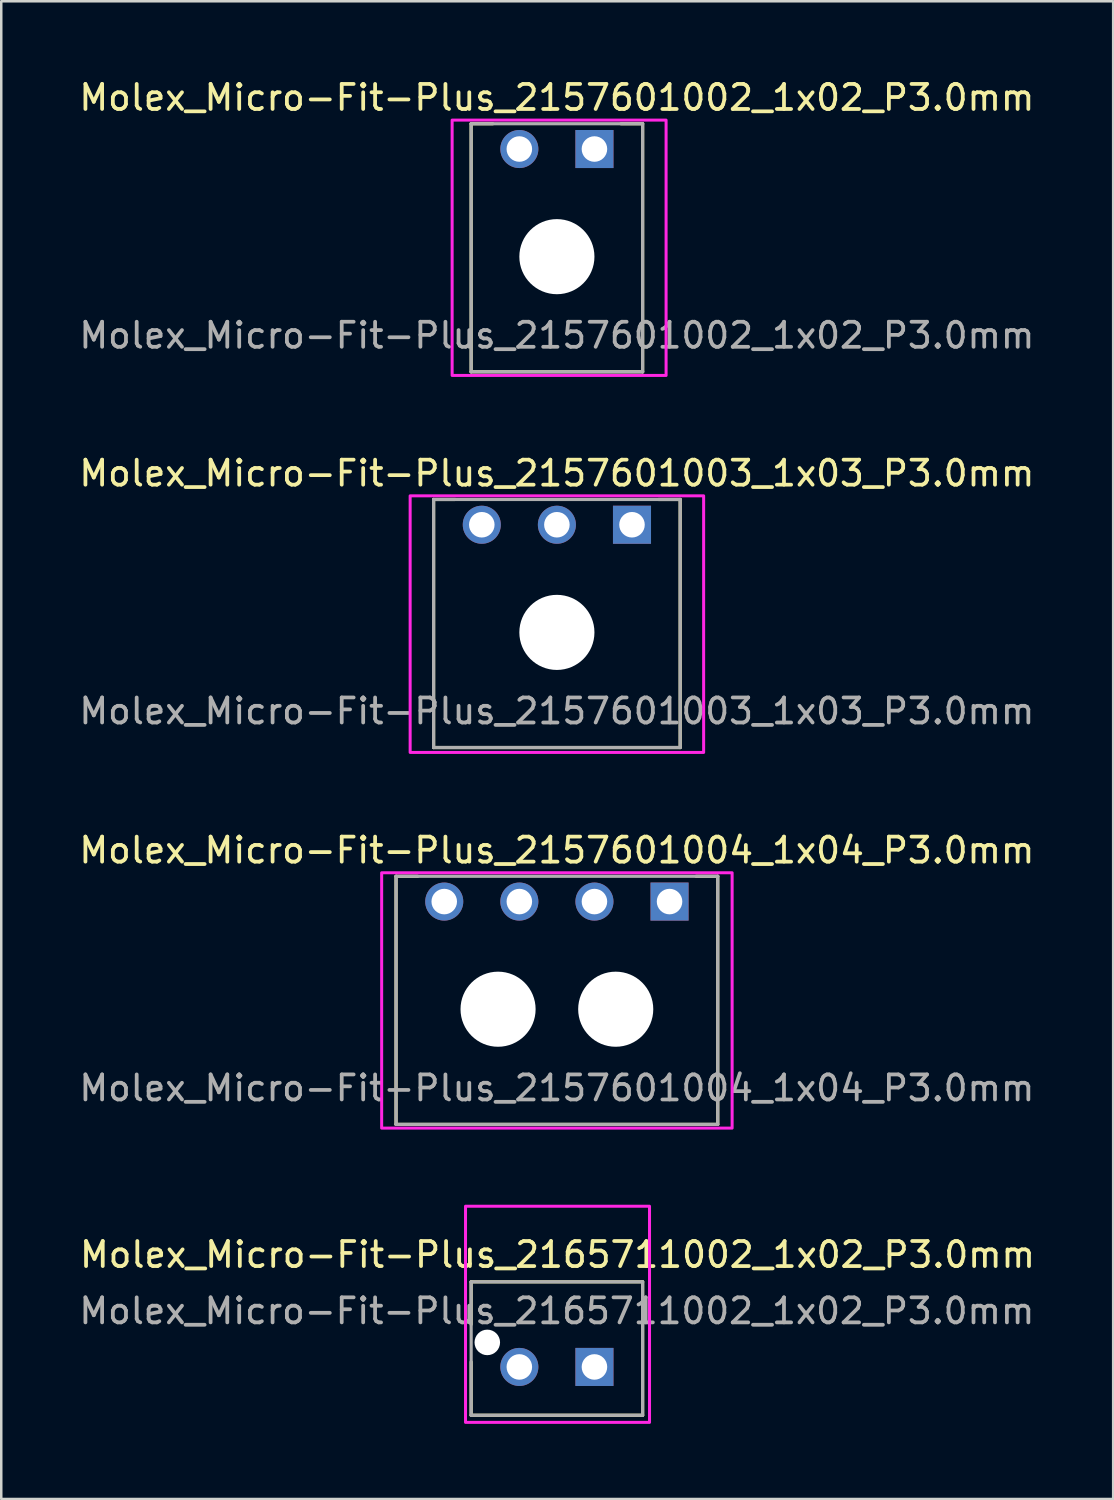
<source format=kicad_pcb>
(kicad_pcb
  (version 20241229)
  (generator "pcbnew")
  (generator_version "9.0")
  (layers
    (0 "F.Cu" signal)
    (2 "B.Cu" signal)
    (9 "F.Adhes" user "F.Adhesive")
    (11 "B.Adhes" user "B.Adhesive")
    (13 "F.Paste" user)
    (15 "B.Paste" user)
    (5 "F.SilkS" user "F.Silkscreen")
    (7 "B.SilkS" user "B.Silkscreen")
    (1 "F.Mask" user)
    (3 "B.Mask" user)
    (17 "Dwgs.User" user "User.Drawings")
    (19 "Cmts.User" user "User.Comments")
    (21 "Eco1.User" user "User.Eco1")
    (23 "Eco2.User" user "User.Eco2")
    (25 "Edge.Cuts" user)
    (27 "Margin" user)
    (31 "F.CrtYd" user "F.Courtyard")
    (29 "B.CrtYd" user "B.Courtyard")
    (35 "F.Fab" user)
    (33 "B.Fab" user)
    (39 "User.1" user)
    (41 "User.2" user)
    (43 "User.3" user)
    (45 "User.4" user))
  (footprint "Molex_Micro-Fit-Plus_2157601003_1x03_P3.0mm"
    (layer "F.Cu")
    (at 19.196 21.857)
    (property "Reference" "Molex_Micro-Fit-Plus_2157601003_1x03_P3.0mm" (at 0 -6 0) (layer "F.SilkS") (effects (font (size 1 1) (thickness 0.15))))
    (attr through_hole)
    (fp_rect (start 2.24 -4.705) (end 3.76 -3.185) (stroke (width 0) (type solid)) (fill yes) (layer "F.Mask"))
    (fp_circle (center -3 -3.945) (end -2.24 -3.94) (stroke (width 0) (type solid)) (fill yes) (layer "F.Mask"))
    (fp_circle (center 0 -3.945) (end 0.76 -3.95) (stroke (width 0) (type solid)) (fill yes) (layer "F.Mask"))
    (fp_circle (center 0 0.355) (end 1.5 0.355) (stroke (width 0) (type solid)) (fill yes) (layer "F.Mask"))
    (fp_rect (start 2.24 -4.705) (end 3.76 -3.185) (stroke (width 0) (type solid)) (fill yes) (layer "B.Mask"))
    (fp_circle (center -3 -3.945) (end -2.24 -3.945) (stroke (width 0) (type solid)) (fill yes) (layer "B.Mask"))
    (fp_circle (center 0 -3.945) (end 0.76 -3.945) (stroke (width 0) (type solid)) (fill yes) (layer "B.Mask"))
    (fp_circle (center 0 0.355) (end 1.5 0.355) (stroke (width 0) (type solid)) (fill yes) (layer "B.Mask"))
    (fp_line (start -4.925 -4.955) (end -4.925 4.955) (stroke (width 0.127) (type solid)) (layer "F.SilkS"))
    (fp_line (start -4.925 -4.955) (end -4.06 -4.955) (stroke (width 0.127) (type solid)) (layer "F.SilkS"))
    (fp_line (start 4.925 -4.955) (end 4.06 -4.955) (stroke (width 0.127) (type solid)) (layer "F.SilkS"))
    (fp_line (start 4.925 -4.955) (end 4.925 4.955) (stroke (width 0.127) (type solid)) (layer "F.SilkS"))
    (fp_line (start 4.925 4.955) (end -4.925 4.955) (stroke (width 0.127) (type solid)) (layer "F.SilkS"))
    (fp_rect (start -5.862 5.15) (end 5.862 -5.1) (stroke (width 0.12) (type solid)) (fill no) (layer "F.CrtYd"))
    (fp_line (start -4.925 -4.955) (end 4.925 -4.955) (stroke (width 0.127) (type solid)) (layer "F.Fab"))
    (fp_line (start -4.925 4.955) (end -4.925 -4.955) (stroke (width 0.127) (type solid)) (layer "F.Fab"))
    (fp_line (start 4.925 4.955) (end -4.925 4.955) (stroke (width 0.127) (type solid)) (layer "F.Fab"))
    (fp_line (start 4.925 4.955) (end 4.925 -4.955) (stroke (width 0.127) (type solid)) (layer "F.Fab"))
    (fp_text user "${REFERENCE}" (at 0 3.5 0) (unlocked yes) (layer "F.Fab") (effects (font (size 1 1) (thickness 0.15))))
    (pad "" np_thru_hole circle (at 0 0.355) (size 3 3) (drill 3) (layers "*.Cu" "*.Mask"))
    (pad "1" thru_hole rect (at 3 -3.945) (size 1.52 1.52) (drill 1.02) (layers "*.Cu"))
    (pad "2" thru_hole circle (at 0 -3.945) (size 1.52 1.52) (drill 1.02) (layers "*.Cu"))
    (pad "3" thru_hole circle (at -3 -3.945) (size 1.52 1.52) (drill 1.02) (layers "*.Cu")))
  (footprint "Molex_Micro-Fit-Plus_2157601004_1x04_P3.0mm"
    (layer "F.Cu")
    (at 19.196 36.915)
    (property "Reference" "Molex_Micro-Fit-Plus_2157601004_1x04_P3.0mm" (at 0 -6 0) (layer "F.SilkS") (effects (font (size 1 1) (thickness 0.15))))
    (attr through_hole)
    (fp_line (start -6.425 -4.96) (end -6.425 4.95) (stroke (width 0.127) (type solid)) (layer "F.SilkS"))
    (fp_line (start -6.425 -4.96) (end -5.56 -4.96) (stroke (width 0.127) (type solid)) (layer "F.SilkS"))
    (fp_line (start 6.425 -4.96) (end 5.56 -4.96) (stroke (width 0.127) (type solid)) (layer "F.SilkS"))
    (fp_line (start 6.425 -4.96) (end 6.425 4.95) (stroke (width 0.127) (type solid)) (layer "F.SilkS"))
    (fp_line (start 6.425 4.95) (end -6.425 4.95) (stroke (width 0.127) (type solid)) (layer "F.SilkS"))
    (fp_rect (start -7 -5.1) (end 7 5.1) (stroke (width 0.12) (type default)) (fill no) (layer "F.CrtYd"))
    (fp_line (start -6.425 -4.96) (end 6.425 -4.96) (stroke (width 0.127) (type solid)) (layer "F.Fab"))
    (fp_line (start -6.425 4.95) (end -6.425 -4.96) (stroke (width 0.127) (type solid)) (layer "F.Fab"))
    (fp_line (start 6.425 4.95) (end -6.425 4.95) (stroke (width 0.127) (type solid)) (layer "F.Fab"))
    (fp_line (start 6.425 4.95) (end 6.425 -4.96) (stroke (width 0.127) (type solid)) (layer "F.Fab"))
    (fp_text user "${REFERENCE}" (at 0 3.5 0) (unlocked yes) (layer "F.Fab") (effects (font (size 1 1) (thickness 0.15))))
    (pad "" np_thru_hole circle (at -2.35 0.35) (size 3 3) (drill 3) (layers "*.Cu" "*.Mask"))
    (pad "" np_thru_hole circle (at 2.35 0.35) (size 3 3) (drill 3) (layers "*.Cu" "*.Mask"))
    (pad "1" thru_hole rect (at 4.5 -3.95) (size 1.52 1.52) (drill 1.02) (layers "*.Cu" "*.Mask"))
    (pad "2" thru_hole circle (at 1.5 -3.95) (size 1.52 1.52) (drill 1.02) (layers "*.Cu" "*.Mask"))
    (pad "3" thru_hole circle (at -1.5 -3.95) (size 1.52 1.52) (drill 1.02) (layers "*.Cu" "*.Mask"))
    (pad "4" thru_hole circle (at -4.5 -3.95) (size 1.52 1.52) (drill 1.02) (layers "*.Cu" "*.Mask")))
  (footprint "Molex_Micro-Fit-Plus_2157601002_1x02_P3.0mm"
    (layer "F.Cu")
    (at 19.196 6.848)
    (property "Reference" "Molex_Micro-Fit-Plus_2157601002_1x02_P3.0mm" (at 0 -6 0) (layer "F.SilkS") (effects (font (size 1 1) (thickness 0.15))))
    (attr through_hole)
    (fp_line (start -3.425 -4.955) (end -3.425 4.955) (stroke (width 0.127) (type solid)) (layer "F.SilkS"))
    (fp_line (start -3.425 -4.955) (end -2.56 -4.955) (stroke (width 0.127) (type solid)) (layer "F.SilkS"))
    (fp_line (start 3.425 -4.955) (end 2.56 -4.955) (stroke (width 0.127) (type solid)) (layer "F.SilkS"))
    (fp_line (start 3.425 -4.955) (end 3.425 4.955) (stroke (width 0.127) (type solid)) (layer "F.SilkS"))
    (fp_line (start 3.425 4.955) (end -3.425 4.955) (stroke (width 0.127) (type solid)) (layer "F.SilkS"))
    (fp_rect (start -4.185 -5.1) (end 4.362 5.1) (stroke (width 0.12) (type solid)) (fill no) (layer "F.CrtYd"))
    (fp_line (start -3.425 -4.955) (end 3.425 -4.955) (stroke (width 0.127) (type solid)) (layer "F.Fab"))
    (fp_line (start -3.425 4.955) (end -3.425 -4.955) (stroke (width 0.127) (type solid)) (layer "F.Fab"))
    (fp_line (start 3.425 4.955) (end -3.425 4.955) (stroke (width 0.127) (type solid)) (layer "F.Fab"))
    (fp_line (start 3.425 4.955) (end 3.425 -4.955) (stroke (width 0.127) (type solid)) (layer "F.Fab"))
    (fp_text user "${REFERENCE}" (at 0 3.5 0) (unlocked yes) (layer "F.Fab") (effects (font (size 1 1) (thickness 0.15))))
    (pad "" np_thru_hole circle (at 0 0.355) (size 3 3) (drill 3) (layers "*.Cu" "*.Mask"))
    (pad "1" thru_hole rect (at 1.5 -3.945) (size 1.52 1.52) (drill 1.02) (layers "*.Cu" "*.Mask"))
    (pad "2" thru_hole circle (at -1.5 -3.945) (size 1.52 1.52) (drill 1.02) (layers "*.Cu" "*.Mask")))
  (footprint "Molex_Micro-Fit-Plus_2165711002_1x02_P3.0mm"
    (layer "F.Cu")
    (at 19.196 50.82)
    (property "Reference" "Molex_Micro-Fit-Plus_2165711002_1x02_P3.0mm" (at 0.025 -3.75 0) (layer "F.SilkS") (effects (font (size 1 1) (thickness 0.15))))
    (attr through_hole)
    (fp_circle (center -2.78 -0.245) (end -2.487 -0.245) (stroke (width 0.586) (type solid)) (fill no) (layer "F.Mask"))
    (fp_circle (center -1.5 0.735) (end -1.082 0.735) (stroke (width 0.836) (type solid)) (fill no) (layer "F.Mask"))
    (fp_poly (pts (xy 0.664 -0.101) (xy 2.336 -0.101) (xy 2.336 1.571) (xy 0.664 1.571)) (stroke (width 0.01) (type solid)) (fill yes) (layer "F.Mask"))
    (fp_circle (center -2.78 -0.245) (end -2.487 -0.245) (stroke (width 0.586) (type solid)) (fill no) (layer "B.Mask"))
    (fp_circle (center -1.5 0.735) (end -1.082 0.735) (stroke (width 0.836) (type solid)) (fill no) (layer "B.Mask"))
    (fp_poly (pts (xy 0.664 -0.101) (xy 2.336 -0.101) (xy 2.336 1.571) (xy 0.664 1.571)) (stroke (width 0.01) (type solid)) (fill yes) (layer "B.Mask"))
    (fp_line (start -3.425 -2.665) (end -3.425 -0.965) (stroke (width 0.127) (type solid)) (layer "F.SilkS"))
    (fp_line (start -3.425 -2.665) (end 3.425 -2.665) (stroke (width 0.127) (type solid)) (layer "F.SilkS"))
    (fp_line (start -3.425 0.535) (end -3.425 2.665) (stroke (width 0.127) (type solid)) (layer "F.SilkS"))
    (fp_line (start 3.425 -2.665) (end 3.425 2.665) (stroke (width 0.127) (type solid)) (layer "F.SilkS"))
    (fp_line (start 3.425 2.665) (end -3.425 2.665) (stroke (width 0.127) (type solid)) (layer "F.SilkS"))
    (fp_rect (start -3.65 2.95) (end 3.7 -5.685) (stroke (width 0.12) (type solid)) (fill no) (layer "F.CrtYd"))
    (fp_line (start -3.425 -2.665) (end 3.425 -2.665) (stroke (width 0.127) (type solid)) (layer "F.Fab"))
    (fp_line (start -3.425 2.665) (end -3.425 -2.665) (stroke (width 0.127) (type solid)) (layer "F.Fab"))
    (fp_line (start 3.425 2.665) (end -3.425 2.665) (stroke (width 0.127) (type solid)) (layer "F.Fab"))
    (fp_line (start 3.425 2.665) (end 3.425 -2.665) (stroke (width 0.127) (type solid)) (layer "F.Fab"))
    (fp_text user "${REFERENCE}" (at 0 -1.5 0) (unlocked yes) (layer "F.Fab") (effects (font (size 1 1) (thickness 0.15))))
    (pad "" np_thru_hole circle (at -2.78 -0.245) (size 1.02 1.02) (drill 1.02) (layers "*.Cu" "*.Mask"))
    (pad "1" thru_hole rect (at 1.5 0.735) (size 1.52 1.52) (drill 1.02) (layers "*.Cu"))
    (pad "2" thru_hole circle (at -1.5 0.735) (size 1.52 1.52) (drill 1.02) (layers "*.Cu")))
  (gr_rect
    (start -3 -3)
    (end 41.418 56.83)
    (stroke (width 0.1) (type default))
    (fill no)
    (layer "Edge.Cuts")))
</source>
